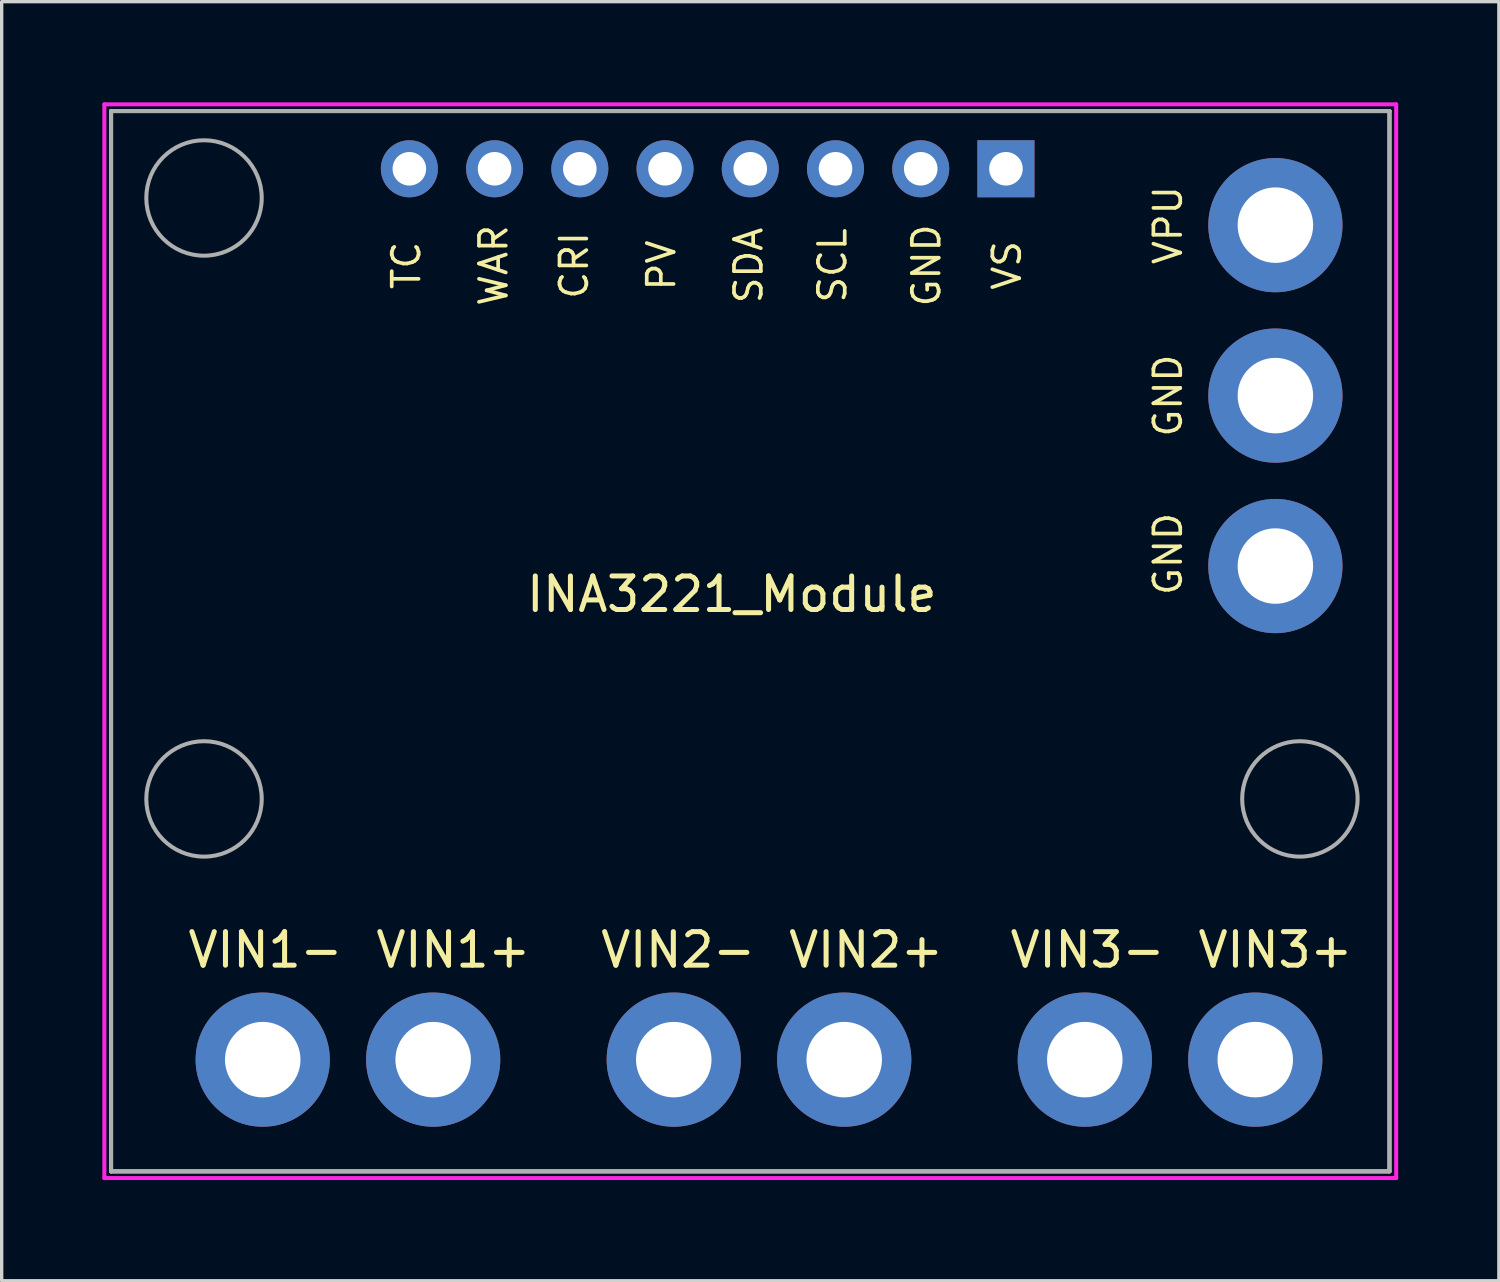
<source format=kicad_pcb>
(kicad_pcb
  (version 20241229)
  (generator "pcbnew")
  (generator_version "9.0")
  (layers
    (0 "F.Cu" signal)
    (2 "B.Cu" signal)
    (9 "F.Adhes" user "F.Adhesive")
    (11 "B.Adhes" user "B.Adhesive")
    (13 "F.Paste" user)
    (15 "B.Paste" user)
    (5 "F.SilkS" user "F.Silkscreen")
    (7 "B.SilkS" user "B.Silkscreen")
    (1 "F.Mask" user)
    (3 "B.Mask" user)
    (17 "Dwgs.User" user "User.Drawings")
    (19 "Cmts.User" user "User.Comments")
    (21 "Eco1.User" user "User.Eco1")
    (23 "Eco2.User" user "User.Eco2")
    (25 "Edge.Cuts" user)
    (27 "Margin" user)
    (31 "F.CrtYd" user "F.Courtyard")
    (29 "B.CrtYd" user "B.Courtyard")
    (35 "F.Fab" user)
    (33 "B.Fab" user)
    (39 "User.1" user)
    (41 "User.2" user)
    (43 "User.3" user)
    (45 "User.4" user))
  (footprint "INA3221_Module"
    (layer "F.Cu")
    (at 26.96 2.04)
    (property "Reference" "INA3221_Module" (at -8.2 12.62 0) (layer "F.SilkS") (effects (font (size 1 1) (thickness 0.15))))
    (attr through_hole)
    (fp_line (start -26.7 -1.78) (end 11.4 -1.78) (stroke (width 0.12) (type solid)) (layer "F.SilkS"))
    (fp_line (start -26.7 29.82) (end -26.7 -1.78) (stroke (width 0.12) (type solid)) (layer "F.SilkS"))
    (fp_line (start 11.4 -1.78) (end 11.4 29.82) (stroke (width 0.12) (type solid)) (layer "F.SilkS"))
    (fp_line (start 11.4 29.82) (end -26.7 29.82) (stroke (width 0.12) (type solid)) (layer "F.SilkS"))
    (fp_line (start -26.9 -1.98) (end 11.6 -1.98) (stroke (width 0.12) (type solid)) (layer "F.CrtYd"))
    (fp_line (start -26.9 30.02) (end -26.9 -1.98) (stroke (width 0.12) (type solid)) (layer "F.CrtYd"))
    (fp_line (start 11.5 30.02) (end -26.9 30.02) (stroke (width 0.12) (type solid)) (layer "F.CrtYd"))
    (fp_line (start 11.6 -1.98) (end 11.6 30.02) (stroke (width 0.12) (type solid)) (layer "F.CrtYd"))
    (fp_line (start 11.6 30.02) (end 11.5 30.02) (stroke (width 0.12) (type solid)) (layer "F.CrtYd"))
    (fp_line (start -26.7 -1.78) (end 11.4 -1.78) (stroke (width 0.12) (type solid)) (layer "F.Fab"))
    (fp_line (start -26.7 29.82) (end -26.7 -1.78) (stroke (width 0.12) (type solid)) (layer "F.Fab"))
    (fp_line (start 11.4 -1.78) (end 11.4 29.82) (stroke (width 0.12) (type solid)) (layer "F.Fab"))
    (fp_line (start 11.4 29.82) (end -26.7 29.82) (stroke (width 0.12) (type solid)) (layer "F.Fab"))
    (fp_circle (center -23.93 0.81) (end -22.21 0.81) (stroke (width 0.12) (type solid)) (fill no) (layer "F.Fab"))
    (fp_circle (center -23.93 18.72) (end -22.21 18.72) (stroke (width 0.12) (type solid)) (fill no) (layer "F.Fab"))
    (fp_circle (center 8.73 18.72) (end 10.45 18.72) (stroke (width 0.12) (type solid)) (fill no) (layer "F.Fab"))
    (fp_text user "GND" (at -2.4 2.82 90) (layer "F.SilkS") (effects (font (size 0.8 0.8) (thickness 0.11))))
    (fp_text user "VPU" (at 4.8 1.62 90) (layer "F.SilkS") (effects (font (size 0.8 0.8) (thickness 0.11))))
    (fp_text user "SCL" (at -5.2 2.82 90) (layer "F.SilkS") (effects (font (size 0.8 0.8) (thickness 0.11))))
    (fp_text user "VIN2-" (at -9.8 23.22 180) (layer "F.SilkS") (effects (font (size 1 1) (thickness 0.15))))
    (fp_text user "PV" (at -10.3 2.82 90) (layer "F.SilkS") (effects (font (size 0.8 0.8) (thickness 0.11))))
    (fp_text user "VIN2+" (at -4.2 23.22 180) (layer "F.SilkS") (effects (font (size 1 1) (thickness 0.15))))
    (fp_text user "WAR" (at -15.3 2.82 90) (layer "F.SilkS") (effects (font (size 0.8 0.8) (thickness 0.11))))
    (fp_text user "SDA" (at -7.7 2.82 90) (layer "F.SilkS") (effects (font (size 0.8 0.8) (thickness 0.11))))
    (fp_text user "TC" (at -17.9 2.82 90) (layer "F.SilkS") (effects (font (size 0.8 0.8) (thickness 0.11))))
    (fp_text user "VIN3-" (at 2.4 23.22 180) (layer "F.SilkS") (effects (font (size 1 1) (thickness 0.15))))
    (fp_text user "CRI" (at -12.9 2.82 90) (layer "F.SilkS") (effects (font (size 0.8 0.8) (thickness 0.11))))
    (fp_text user "VIN1+" (at -16.5 23.22 180) (layer "F.SilkS") (effects (font (size 1 1) (thickness 0.15))))
    (fp_text user "VS" (at 0 2.82 90) (layer "F.SilkS") (effects (font (size 0.8 0.8) (thickness 0.11))))
    (fp_text user "GND" (at 4.8 11.42 90) (layer "F.SilkS") (effects (font (size 0.8 0.8) (thickness 0.11))))
    (fp_text user "VIN3+" (at 8 23.22 180) (layer "F.SilkS") (effects (font (size 1 1) (thickness 0.15))))
    (fp_text user "GND" (at 4.8 6.7 90) (layer "F.SilkS") (effects (font (size 0.8 0.8) (thickness 0.11))))
    (fp_text user "VIN1-" (at -22.1 23.22 180) (layer "F.SilkS") (effects (font (size 1 1) (thickness 0.15))))
    (pad "1" thru_hole rect (at -0.03 -0.06 180) (size 1.7 1.7) (drill 1) (layers "*.Cu" "*.Mask"))
    (pad "2" thru_hole circle (at -2.57 -0.06 180) (size 1.7 1.7) (drill 1) (layers "*.Cu" "*.Mask"))
    (pad "2" thru_hole circle (at 8 6.7 180) (size 4 4) (drill 2.25) (layers "*.Cu" "*.Mask"))
    (pad "2" thru_hole circle (at 8 11.78 180) (size 4 4) (drill 2.25) (layers "*.Cu" "*.Mask"))
    (pad "3" thru_hole circle (at -5.11 -0.06 180) (size 1.7 1.7) (drill 1) (layers "*.Cu" "*.Mask"))
    (pad "4" thru_hole circle (at -7.65 -0.06 180) (size 1.7 1.7) (drill 1) (layers "*.Cu" "*.Mask"))
    (pad "5" thru_hole circle (at -10.19 -0.06 180) (size 1.7 1.7) (drill 1) (layers "*.Cu" "*.Mask"))
    (pad "6" thru_hole circle (at -12.73 -0.06 180) (size 1.7 1.7) (drill 1) (layers "*.Cu" "*.Mask"))
    (pad "7" thru_hole circle (at -15.27 -0.06 180) (size 1.7 1.7) (drill 1) (layers "*.Cu" "*.Mask"))
    (pad "8" thru_hole circle (at -17.81 -0.06 180) (size 1.7 1.7) (drill 1) (layers "*.Cu" "*.Mask"))
    (pad "9" thru_hole circle (at -22.18 26.49 180) (size 4 4) (drill 2.25) (layers "*.Cu" "*.Mask"))
    (pad "10" thru_hole circle (at -17.1 26.49 180) (size 4 4) (drill 2.25) (layers "*.Cu" "*.Mask"))
    (pad "11" thru_hole circle (at -9.93 26.49 180) (size 4 4) (drill 2.25) (layers "*.Cu" "*.Mask"))
    (pad "12" thru_hole circle (at -4.85 26.49 180) (size 4 4) (drill 2.25) (layers "*.Cu" "*.Mask"))
    (pad "13" thru_hole circle (at 2.32 26.49 180) (size 4 4) (drill 2.25) (layers "*.Cu" "*.Mask"))
    (pad "14" thru_hole circle (at 7.4 26.49 180) (size 4 4) (drill 2.25) (layers "*.Cu" "*.Mask"))
    (pad "15" thru_hole circle (at 8 1.62 180) (size 4 4) (drill 2.25) (layers "*.Cu" "*.Mask")))
  (gr_rect
    (start -3 -3)
    (end 41.62 35.12)
    (stroke (width 0.1) (type default))
    (fill no)
    (layer "Edge.Cuts")))
</source>
